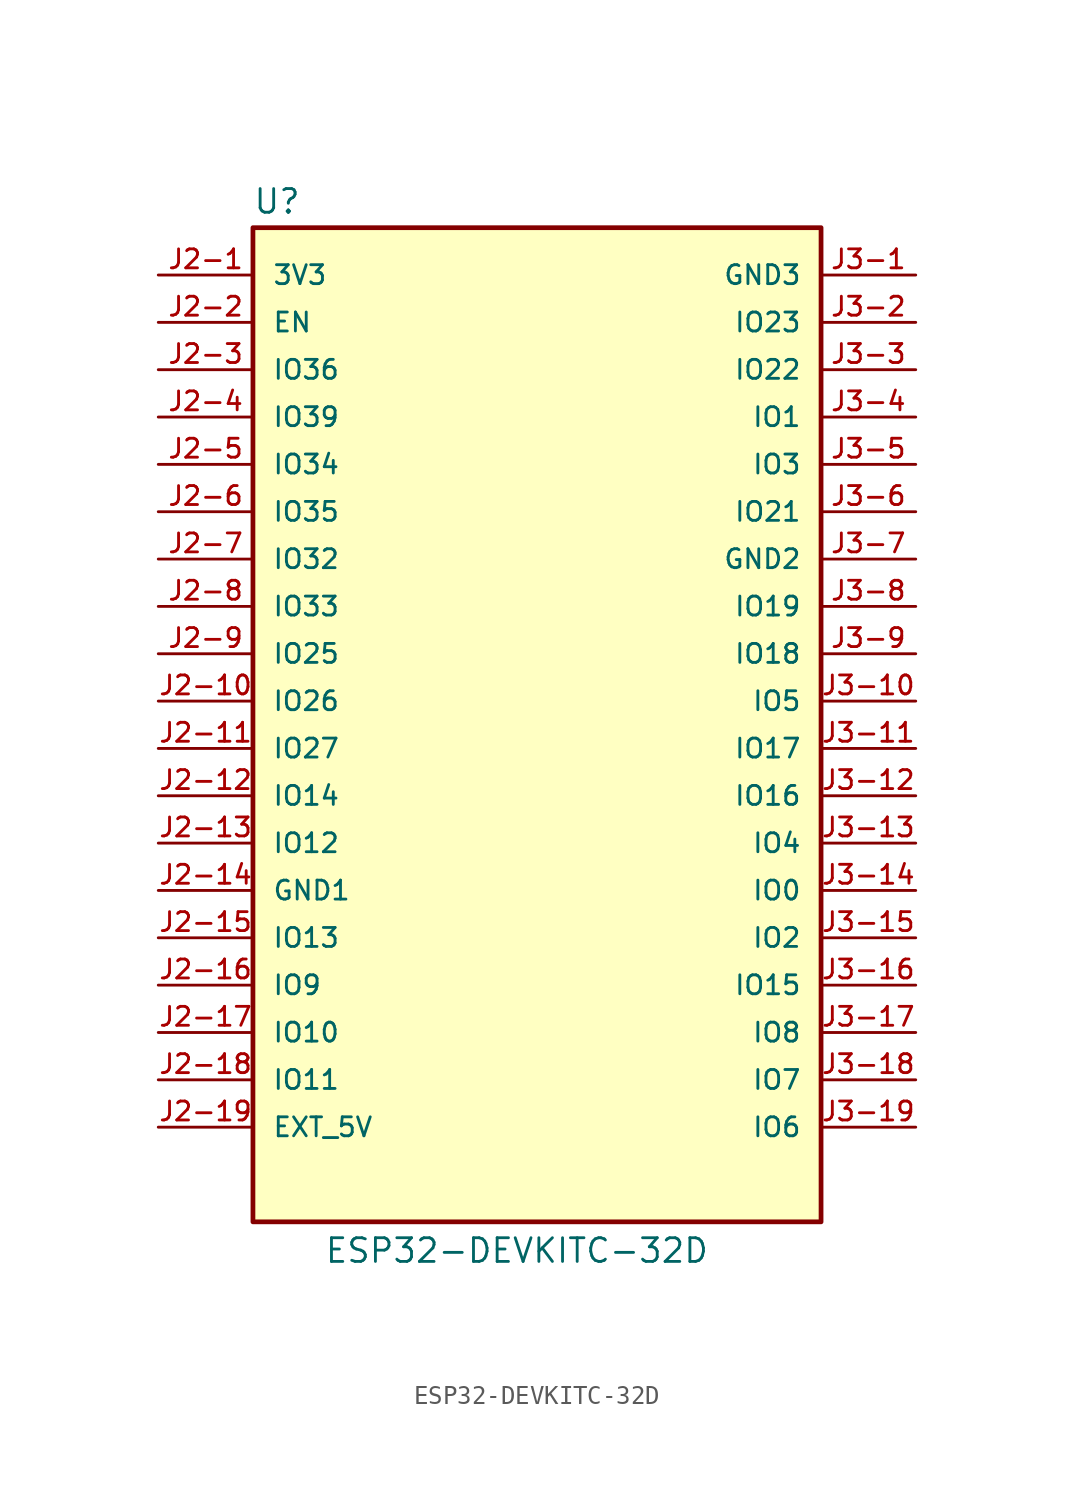
<source format=kicad_sym>
(kicad_symbol_lib
  (version 20231120)
  (generator "kicad_symbol_editor")
  (generator_version "8.0")
  (symbol "ESP32-DEVKITC-32D"
    (pin_names
      (offset 1.016))
    (property "Reference" "U"
      (at -15.257 26.064 0)
      (effects (font (size 1.27 1.27)) (justify left bottom)))
    (property "Value" "ESP32-DEVKITC-32D"
      (at -11.43 -30.226 0)
      (effects (font (size 1.27 1.27)) (justify left bottom)))
    (symbol "ESP32-DEVKITC-32D_0_0"
      (rectangle (start -15.24 25.4) (end 15.24 -27.94) (stroke (width 0.254) (type default)) (fill (type background)))
      (pin power_in line (at -20.32 22.86 0) (length 5.08) (name "3V3" (effects (font (size 1.016 1.016)))) (number "J2-1" (effects (font (size 1.016 1.016)))))
      (pin bidirectional line (at -20.32 0 0) (length 5.08) (name "IO26" (effects (font (size 1.016 1.016)))) (number "J2-10" (effects (font (size 1.016 1.016)))))
      (pin bidirectional line (at -20.32 -2.54 0) (length 5.08) (name "IO27" (effects (font (size 1.016 1.016)))) (number "J2-11" (effects (font (size 1.016 1.016)))))
      (pin bidirectional line (at -20.32 -5.08 0) (length 5.08) (name "IO14" (effects (font (size 1.016 1.016)))) (number "J2-12" (effects (font (size 1.016 1.016)))))
      (pin bidirectional line (at -20.32 -7.62 0) (length 5.08) (name "IO12" (effects (font (size 1.016 1.016)))) (number "J2-13" (effects (font (size 1.016 1.016)))))
      (pin power_in line (at -20.32 -10.16 0) (length 5.08) (name "GND1" (effects (font (size 1.016 1.016)))) (number "J2-14" (effects (font (size 1.016 1.016)))))
      (pin bidirectional line (at -20.32 -12.7 0) (length 5.08) (name "IO13" (effects (font (size 1.016 1.016)))) (number "J2-15" (effects (font (size 1.016 1.016)))))
      (pin power_in line (at -20.32 -22.86 0) (length 5.08) (name "EXT_5V" (effects (font (size 1.016 1.016)))) (number "J2-19" (effects (font (size 1.016 1.016)))))
      (pin input line (at -20.32 20.32 0) (length 5.08) (name "EN" (effects (font (size 1.016 1.016)))) (number "J2-2" (effects (font (size 1.016 1.016)))))
      (pin bidirectional line (at -20.32 12.7 0) (length 5.08) (name "IO34" (effects (font (size 1.016 1.016)))) (number "J2-5" (effects (font (size 1.016 1.016)))))
      (pin bidirectional line (at -20.32 10.16 0) (length 5.08) (name "IO35" (effects (font (size 1.016 1.016)))) (number "J2-6" (effects (font (size 1.016 1.016)))))
      (pin bidirectional line (at -20.32 7.62 0) (length 5.08) (name "IO32" (effects (font (size 1.016 1.016)))) (number "J2-7" (effects (font (size 1.016 1.016)))))
      (pin bidirectional line (at -20.32 5.08 0) (length 5.08) (name "IO33" (effects (font (size 1.016 1.016)))) (number "J2-8" (effects (font (size 1.016 1.016)))))
      (pin bidirectional line (at -20.32 2.54 0) (length 5.08) (name "IO25" (effects (font (size 1.016 1.016)))) (number "J2-9" (effects (font (size 1.016 1.016)))))
      (pin power_in line (at 20.32 22.86 180) (length 5.08) (name "GND3" (effects (font (size 1.016 1.016)))) (number "J3-1" (effects (font (size 1.016 1.016)))))
      (pin bidirectional line (at 20.32 0 180) (length 5.08) (name "IO5" (effects (font (size 1.016 1.016)))) (number "J3-10" (effects (font (size 1.016 1.016)))))
      (pin bidirectional line (at 20.32 -2.54 180) (length 5.08) (name "IO17" (effects (font (size 1.016 1.016)))) (number "J3-11" (effects (font (size 1.016 1.016)))))
      (pin bidirectional line (at 20.32 -5.08 180) (length 5.08) (name "IO16" (effects (font (size 1.016 1.016)))) (number "J3-12" (effects (font (size 1.016 1.016)))))
      (pin bidirectional line (at 20.32 -7.62 180) (length 5.08) (name "IO4" (effects (font (size 1.016 1.016)))) (number "J3-13" (effects (font (size 1.016 1.016)))))
      (pin bidirectional line (at 20.32 -10.16 180) (length 5.08) (name "IO0" (effects (font (size 1.016 1.016)))) (number "J3-14" (effects (font (size 1.016 1.016)))))
      (pin bidirectional line (at 20.32 -12.7 180) (length 5.08) (name "IO2" (effects (font (size 1.016 1.016)))) (number "J3-15" (effects (font (size 1.016 1.016)))))
      (pin bidirectional line (at 20.32 -15.24 180) (length 5.08) (name "IO15" (effects (font (size 1.016 1.016)))) (number "J3-16" (effects (font (size 1.016 1.016)))))
      (pin bidirectional line (at 20.32 20.32 180) (length 5.08) (name "IO23" (effects (font (size 1.016 1.016)))) (number "J3-2" (effects (font (size 1.016 1.016)))))
      (pin bidirectional line (at 20.32 17.78 180) (length 5.08) (name "IO22" (effects (font (size 1.016 1.016)))) (number "J3-3" (effects (font (size 1.016 1.016)))))
      (pin bidirectional line (at 20.32 10.16 180) (length 5.08) (name "IO21" (effects (font (size 1.016 1.016)))) (number "J3-6" (effects (font (size 1.016 1.016)))))
      (pin power_in line (at 20.32 7.62 180) (length 5.08) (name "GND2" (effects (font (size 1.016 1.016)))) (number "J3-7" (effects (font (size 1.016 1.016)))))
      (pin bidirectional line (at 20.32 5.08 180) (length 5.08) (name "IO19" (effects (font (size 1.016 1.016)))) (number "J3-8" (effects (font (size 1.016 1.016)))))
      (pin bidirectional line (at 20.32 2.54 180) (length 5.08) (name "IO18" (effects (font (size 1.016 1.016)))) (number "J3-9" (effects (font (size 1.016 1.016))))))
    (symbol "ESP32-DEVKITC-32D_1_0"
      (pin bidirectional line (at -20.32 -15.24 0) (length 5.08) (name "IO9" (effects (font (size 1.016 1.016)))) (number "J2-16" (effects (font (size 1.016 1.016)))))
      (pin bidirectional line (at -20.32 -17.78 0) (length 5.08) (name "IO10" (effects (font (size 1.016 1.016)))) (number "J2-17" (effects (font (size 1.016 1.016)))))
      (pin bidirectional line (at -20.32 -20.32 0) (length 5.08) (name "IO11" (effects (font (size 1.016 1.016)))) (number "J2-18" (effects (font (size 1.016 1.016)))))
      (pin input line (at -20.32 17.78 0) (length 5.08) (name "IO36" (effects (font (size 1.016 1.016)))) (number "J2-3" (effects (font (size 1.016 1.016)))))
      (pin input line (at -20.32 15.24 0) (length 5.08) (name "IO39" (effects (font (size 1.016 1.016)))) (number "J2-4" (effects (font (size 1.016 1.016)))))
      (pin bidirectional line (at 20.32 -17.78 180) (length 5.08) (name "IO8" (effects (font (size 1.016 1.016)))) (number "J3-17" (effects (font (size 1.016 1.016)))))
      (pin bidirectional line (at 20.32 -20.32 180) (length 5.08) (name "IO7" (effects (font (size 1.016 1.016)))) (number "J3-18" (effects (font (size 1.016 1.016)))))
      (pin bidirectional line (at 20.32 -22.86 180) (length 5.08) (name "IO6" (effects (font (size 1.016 1.016)))) (number "J3-19" (effects (font (size 1.016 1.016)))))
      (pin output line (at 20.32 15.24 180) (length 5.08) (name "IO1" (effects (font (size 1.016 1.016)))) (number "J3-4" (effects (font (size 1.016 1.016)))))
      (pin input line (at 20.32 12.7 180) (length 5.08) (name "IO3" (effects (font (size 1.016 1.016)))) (number "J3-5" (effects (font (size 1.016 1.016))))))))
</source>
